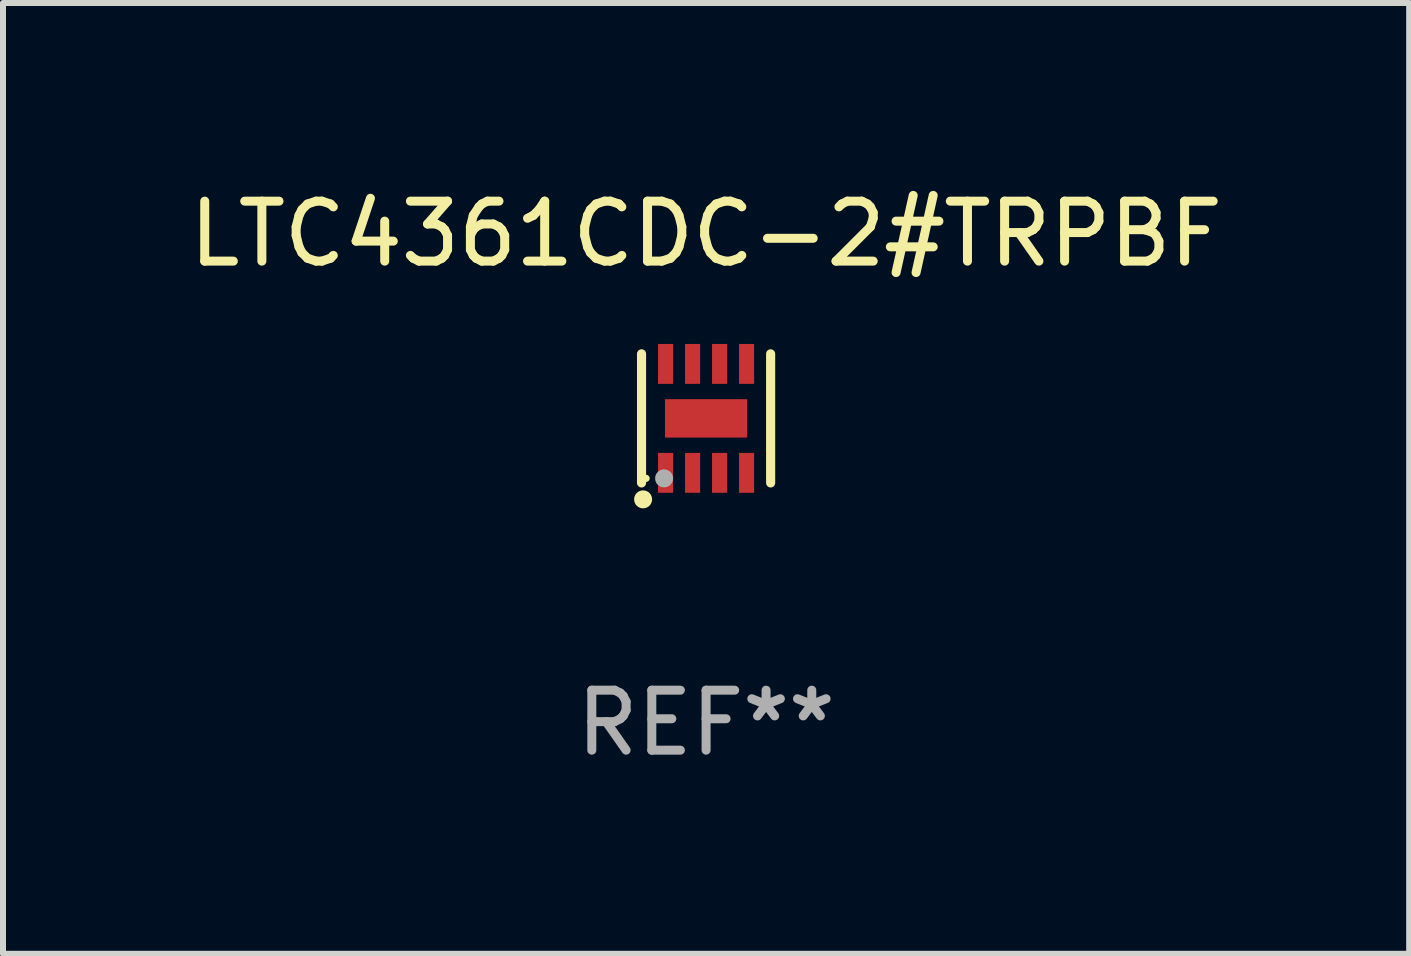
<source format=kicad_pcb>
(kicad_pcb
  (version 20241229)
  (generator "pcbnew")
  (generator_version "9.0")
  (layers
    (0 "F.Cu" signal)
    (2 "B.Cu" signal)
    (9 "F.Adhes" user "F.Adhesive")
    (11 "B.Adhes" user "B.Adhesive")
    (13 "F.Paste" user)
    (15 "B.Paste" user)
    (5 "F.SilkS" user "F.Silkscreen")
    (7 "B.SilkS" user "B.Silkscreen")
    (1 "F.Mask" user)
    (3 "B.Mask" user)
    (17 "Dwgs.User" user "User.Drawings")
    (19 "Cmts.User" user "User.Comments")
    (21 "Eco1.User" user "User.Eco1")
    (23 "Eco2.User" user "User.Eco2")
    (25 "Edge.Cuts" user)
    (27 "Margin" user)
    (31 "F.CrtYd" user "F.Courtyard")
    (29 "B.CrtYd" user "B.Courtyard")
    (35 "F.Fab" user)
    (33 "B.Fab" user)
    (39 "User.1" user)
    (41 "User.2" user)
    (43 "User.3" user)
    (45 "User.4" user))
  (footprint "LTC4361CDC-2#TRPBF"
    (layer "F.Cu")
    (at 8.72 3.924)
    (property "Reference" "LTC4361CDC-2#TRPBF" (at 0 -3.076 0) (layer "F.SilkS") (effects (font (size 1 1) (thickness 0.15))))
    (attr through_hole)
    (fp_line (start -1.076 1.076) (end -1.076 -1.076) (stroke (width 0.152) (type solid)) (layer "F.SilkS"))
    (fp_line (start 1.076 1.076) (end 1.076 -1.076) (stroke (width 0.152) (type solid)) (layer "F.SilkS"))
    (fp_circle (center -1.05 1.35) (end -0.975 1.35) (stroke (width 0.15) (type solid)) (fill no) (layer "F.SilkS"))
    (fp_circle (center -1 1) (end -0.97 1) (stroke (width 0.06) (type solid)) (fill no) (layer "F.SilkS"))
    (fp_circle (center -0.7 1) (end -0.625 1) (stroke (width 0.15) (type solid)) (fill no) (layer "F.Fab"))
    (fp_text user "REF**" (at 0 5.076 0) (layer "F.Fab") (effects (font (size 1 1) (thickness 0.15))))
    (pad "1" smd rect (at -0.675 0.908) (size 0.252 0.665) (layers "F.Cu" "F.Mask" "F.Paste"))
    (pad "2" smd rect (at -0.225 0.908) (size 0.252 0.665) (layers "F.Cu" "F.Mask" "F.Paste"))
    (pad "3" smd rect (at 0.225 0.908) (size 0.252 0.665) (layers "F.Cu" "F.Mask" "F.Paste"))
    (pad "4" smd rect (at 0.675 0.908) (size 0.252 0.665) (layers "F.Cu" "F.Mask" "F.Paste"))
    (pad "5" smd rect (at 0.675 -0.908) (size 0.252 0.665) (layers "F.Cu" "F.Mask" "F.Paste"))
    (pad "6" smd rect (at 0.225 -0.908) (size 0.252 0.665) (layers "F.Cu" "F.Mask" "F.Paste"))
    (pad "7" smd rect (at -0.225 -0.908) (size 0.252 0.665) (layers "F.Cu" "F.Mask" "F.Paste"))
    (pad "8" smd rect (at -0.675 -0.908) (size 0.252 0.665) (layers "F.Cu" "F.Mask" "F.Paste"))
    (pad "9" smd rect (at 0 0) (size 1.37 0.64) (layers "F.Cu" "F.Mask" "F.Paste")))
  (gr_rect
    (start -3 -3)
    (end 20.44 12.849)
    (stroke (width 0.1) (type default))
    (fill no)
    (layer "Edge.Cuts")))
</source>
